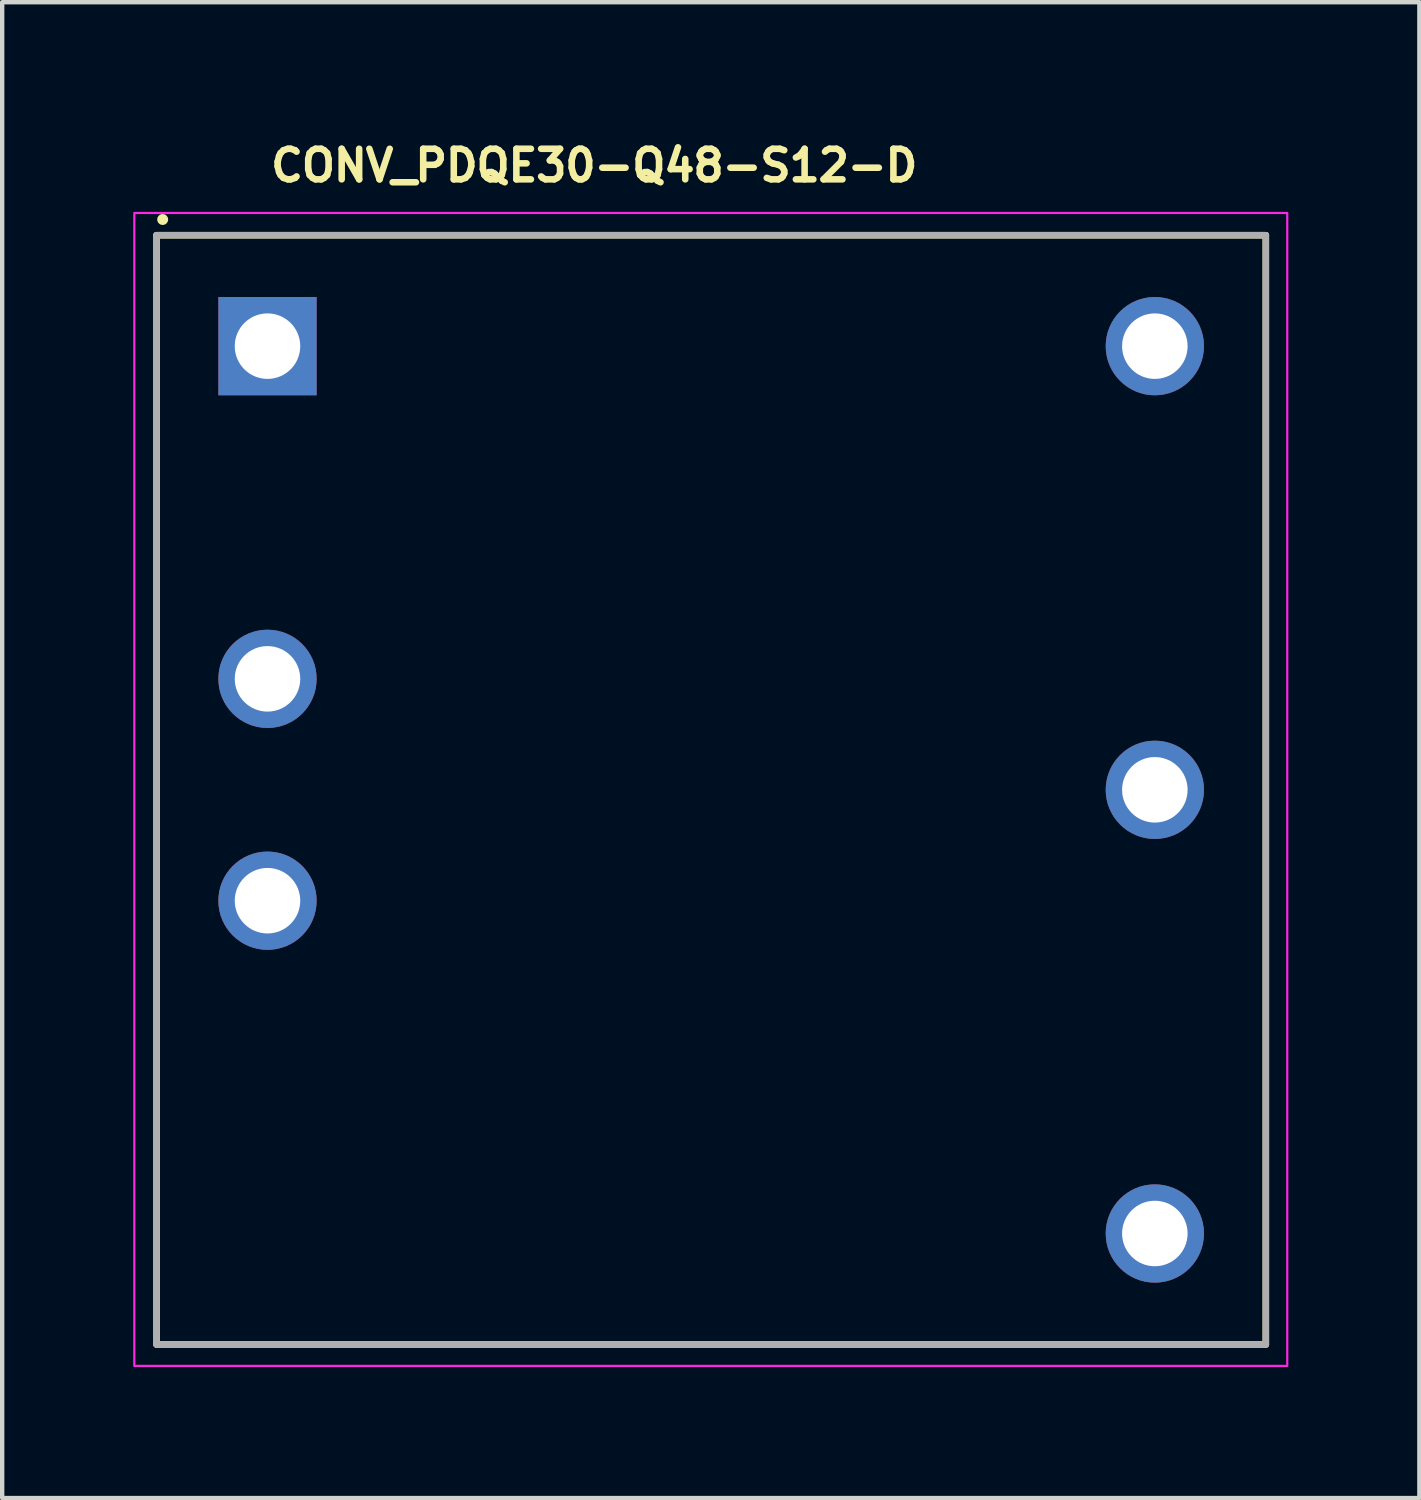
<source format=kicad_pcb>
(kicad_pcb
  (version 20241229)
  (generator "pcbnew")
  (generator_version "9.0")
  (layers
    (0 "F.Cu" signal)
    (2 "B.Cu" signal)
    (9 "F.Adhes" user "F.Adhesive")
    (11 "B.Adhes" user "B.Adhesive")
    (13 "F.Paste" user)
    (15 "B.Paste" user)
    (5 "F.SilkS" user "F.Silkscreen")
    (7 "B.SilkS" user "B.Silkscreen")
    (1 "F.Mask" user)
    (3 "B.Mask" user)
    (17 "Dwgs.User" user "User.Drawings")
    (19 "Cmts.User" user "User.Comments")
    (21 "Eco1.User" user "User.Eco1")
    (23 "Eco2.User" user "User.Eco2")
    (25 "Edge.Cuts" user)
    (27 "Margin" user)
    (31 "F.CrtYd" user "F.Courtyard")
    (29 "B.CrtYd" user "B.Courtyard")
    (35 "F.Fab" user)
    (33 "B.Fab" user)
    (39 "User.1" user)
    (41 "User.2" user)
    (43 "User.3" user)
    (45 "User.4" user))
  (footprint "CONV_PDQE30-Q48-S12-D"
    (layer "F.Cu")
    (at 3.075 4.876)
    (property "Reference" "CONV_PDQE30-Q48-S12-D" (at 0 -3.726 0) (layer "F.SilkS") (effects (font (size 0.7 0.7) (thickness 0.15)) (justify left bottom)))
    (attr through_hole)
    (fp_line (start -2.54 -2.54) (end 22.859 -2.54) (stroke (width 0.15) (type solid)) (layer "F.SilkS"))
    (fp_line (start -2.54 22.859) (end -2.54 -2.54) (stroke (width 0.15) (type solid)) (layer "F.SilkS"))
    (fp_line (start 22.859 -2.54) (end 22.859 22.859) (stroke (width 0.15) (type solid)) (layer "F.SilkS"))
    (fp_line (start 22.859 22.859) (end -2.54 22.859) (stroke (width 0.15) (type solid)) (layer "F.SilkS"))
    (fp_circle (center -2.4 -2.9) (end -2.35 -2.9) (stroke (width 0.15) (type solid)) (fill yes) (layer "F.SilkS"))
    (fp_rect (start -3.05 -3.05) (end 23.35 23.35) (stroke (width 0.05) (type solid)) (fill no) (layer "F.CrtYd"))
    (fp_line (start -2.54 -2.54) (end 22.859 -2.54) (stroke (width 0.15) (type solid)) (layer "F.Fab"))
    (fp_line (start -2.54 22.859) (end -2.54 -2.54) (stroke (width 0.15) (type solid)) (layer "F.Fab"))
    (fp_line (start 22.859 -2.54) (end 22.859 22.859) (stroke (width 0.15) (type solid)) (layer "F.Fab"))
    (fp_line (start 22.859 22.859) (end -2.54 22.859) (stroke (width 0.15) (type solid)) (layer "F.Fab"))
    (fp_rect (start -2.54 -2.54) (end 22.859 22.859) (stroke (width 0.1) (type solid)) (fill no) (layer "User.5"))
    (fp_rect (start -2.54 -2.54) (end 22.859 22.859) (stroke (width 0.1) (type solid)) (fill no) (layer "User.5"))
    (fp_rect (start -2.54 -2.54) (end 22.859 22.859) (stroke (width 0.1) (type solid)) (fill no) (layer "User.5"))
    (fp_line (start -2.54 -2.182) (end -2.54 -2.161) (stroke (width 0.02) (type solid)) (layer "User.9"))
    (fp_line (start -2.54 -2.161) (end -2.54 -2.141) (stroke (width 0.02) (type solid)) (layer "User.9"))
    (fp_line (start -2.54 22.46) (end -2.54 -2.141) (stroke (width 0.02) (type solid)) (layer "User.9"))
    (fp_line (start -2.54 22.46) (end -2.54 22.478) (stroke (width 0.02) (type solid)) (layer "User.9"))
    (fp_line (start -2.54 22.478) (end -2.54 22.498) (stroke (width 0.02) (type solid)) (layer "User.9"))
    (fp_line (start -2.54 22.498) (end -2.536 22.518) (stroke (width 0.02) (type solid)) (layer "User.9"))
    (fp_line (start -2.536 -2.202) (end -2.54 -2.182) (stroke (width 0.02) (type solid)) (layer "User.9"))
    (fp_line (start -2.536 22.518) (end -2.532 22.539) (stroke (width 0.02) (type solid)) (layer "User.9"))
    (fp_line (start -2.532 -2.222) (end -2.536 -2.202) (stroke (width 0.02) (type solid)) (layer "User.9"))
    (fp_line (start -2.532 22.539) (end -2.528 22.559) (stroke (width 0.02) (type solid)) (layer "User.9"))
    (fp_line (start -2.528 -2.242) (end -2.532 -2.222) (stroke (width 0.02) (type solid)) (layer "User.9"))
    (fp_line (start -2.528 22.559) (end -2.524 22.577) (stroke (width 0.02) (type solid)) (layer "User.9"))
    (fp_line (start -2.524 -2.259) (end -2.528 -2.242) (stroke (width 0.02) (type solid)) (layer "User.9"))
    (fp_line (start -2.524 22.577) (end -2.516 22.597) (stroke (width 0.02) (type solid)) (layer "User.9"))
    (fp_line (start -2.516 -2.278) (end -2.524 -2.259) (stroke (width 0.02) (type solid)) (layer "User.9"))
    (fp_line (start -2.516 22.597) (end -2.509 22.614) (stroke (width 0.02) (type solid)) (layer "User.9"))
    (fp_line (start -2.509 -2.298) (end -2.516 -2.278) (stroke (width 0.02) (type solid)) (layer "User.9"))
    (fp_line (start -2.509 22.614) (end -2.501 22.632) (stroke (width 0.02) (type solid)) (layer "User.9"))
    (fp_line (start -2.501 -2.315) (end -2.509 -2.298) (stroke (width 0.02) (type solid)) (layer "User.9"))
    (fp_line (start -2.501 22.632) (end -2.492 22.649) (stroke (width 0.02) (type solid)) (layer "User.9"))
    (fp_line (start -2.492 -2.331) (end -2.501 -2.315) (stroke (width 0.02) (type solid)) (layer "User.9"))
    (fp_line (start -2.492 22.649) (end -2.484 22.667) (stroke (width 0.02) (type solid)) (layer "User.9"))
    (fp_line (start -2.484 -2.348) (end -2.492 -2.331) (stroke (width 0.02) (type solid)) (layer "User.9"))
    (fp_line (start -2.484 22.667) (end -2.472 22.681) (stroke (width 0.02) (type solid)) (layer "User.9"))
    (fp_line (start -2.472 -2.364) (end -2.484 -2.348) (stroke (width 0.02) (type solid)) (layer "User.9"))
    (fp_line (start -2.472 22.681) (end -2.461 22.699) (stroke (width 0.02) (type solid)) (layer "User.9"))
    (fp_line (start -2.461 -2.38) (end -2.472 -2.364) (stroke (width 0.02) (type solid)) (layer "User.9"))
    (fp_line (start -2.461 22.699) (end -2.449 22.713) (stroke (width 0.02) (type solid)) (layer "User.9"))
    (fp_line (start -2.449 -2.395) (end -2.461 -2.38) (stroke (width 0.02) (type solid)) (layer "User.9"))
    (fp_line (start -2.449 22.713) (end -2.437 22.728) (stroke (width 0.02) (type solid)) (layer "User.9"))
    (fp_line (start -2.437 -2.411) (end -2.449 -2.395) (stroke (width 0.02) (type solid)) (layer "User.9"))
    (fp_line (start -2.437 22.728) (end -2.423 22.742) (stroke (width 0.02) (type solid)) (layer "User.9"))
    (fp_line (start -2.423 -2.423) (end -2.437 -2.411) (stroke (width 0.02) (type solid)) (layer "User.9"))
    (fp_line (start -2.423 22.742) (end -2.411 22.754) (stroke (width 0.02) (type solid)) (layer "User.9"))
    (fp_line (start -2.411 -2.437) (end -2.423 -2.423) (stroke (width 0.02) (type solid)) (layer "User.9"))
    (fp_line (start -2.411 22.754) (end -2.395 22.768) (stroke (width 0.02) (type solid)) (layer "User.9"))
    (fp_line (start -2.395 -2.449) (end -2.411 -2.437) (stroke (width 0.02) (type solid)) (layer "User.9"))
    (fp_line (start -2.395 22.768) (end -2.38 22.78) (stroke (width 0.02) (type solid)) (layer "User.9"))
    (fp_line (start -2.38 -2.461) (end -2.395 -2.449) (stroke (width 0.02) (type solid)) (layer "User.9"))
    (fp_line (start -2.38 22.78) (end -2.364 22.789) (stroke (width 0.02) (type solid)) (layer "User.9"))
    (fp_line (start -2.364 -2.472) (end -2.38 -2.461) (stroke (width 0.02) (type solid)) (layer "User.9"))
    (fp_line (start -2.364 22.789) (end -2.348 22.8) (stroke (width 0.02) (type solid)) (layer "User.9"))
    (fp_line (start -2.348 -2.484) (end -2.364 -2.472) (stroke (width 0.02) (type solid)) (layer "User.9"))
    (fp_line (start -2.348 22.8) (end -2.331 22.809) (stroke (width 0.02) (type solid)) (layer "User.9"))
    (fp_line (start -2.331 -2.492) (end -2.348 -2.484) (stroke (width 0.02) (type solid)) (layer "User.9"))
    (fp_line (start -2.331 22.809) (end -2.315 22.818) (stroke (width 0.02) (type solid)) (layer "User.9"))
    (fp_line (start -2.315 -2.501) (end -2.331 -2.492) (stroke (width 0.02) (type solid)) (layer "User.9"))
    (fp_line (start -2.315 22.818) (end -2.298 22.827) (stroke (width 0.02) (type solid)) (layer "User.9"))
    (fp_line (start -2.298 -2.509) (end -2.315 -2.501) (stroke (width 0.02) (type solid)) (layer "User.9"))
    (fp_line (start -2.298 22.827) (end -2.278 22.835) (stroke (width 0.02) (type solid)) (layer "User.9"))
    (fp_line (start -2.278 -2.516) (end -2.298 -2.509) (stroke (width 0.02) (type solid)) (layer "User.9"))
    (fp_line (start -2.278 22.835) (end -2.259 22.841) (stroke (width 0.02) (type solid)) (layer "User.9"))
    (fp_line (start -2.259 -2.524) (end -2.278 -2.516) (stroke (width 0.02) (type solid)) (layer "User.9"))
    (fp_line (start -2.259 22.841) (end -2.242 22.847) (stroke (width 0.02) (type solid)) (layer "User.9"))
    (fp_line (start -2.242 -2.528) (end -2.259 -2.524) (stroke (width 0.02) (type solid)) (layer "User.9"))
    (fp_line (start -2.242 22.847) (end -2.222 22.85) (stroke (width 0.02) (type solid)) (layer "User.9"))
    (fp_line (start -2.222 -2.532) (end -2.242 -2.528) (stroke (width 0.02) (type solid)) (layer "User.9"))
    (fp_line (start -2.222 22.85) (end -2.202 22.853) (stroke (width 0.02) (type solid)) (layer "User.9"))
    (fp_line (start -2.202 -2.536) (end -2.222 -2.532) (stroke (width 0.02) (type solid)) (layer "User.9"))
    (fp_line (start -2.202 22.853) (end -2.182 22.856) (stroke (width 0.02) (type solid)) (layer "User.9"))
    (fp_line (start -2.182 -2.54) (end -2.202 -2.536) (stroke (width 0.02) (type solid)) (layer "User.9"))
    (fp_line (start -2.182 22.856) (end -2.161 22.859) (stroke (width 0.02) (type solid)) (layer "User.9"))
    (fp_line (start -2.161 -2.54) (end -2.182 -2.54) (stroke (width 0.02) (type solid)) (layer "User.9"))
    (fp_line (start -2.161 22.859) (end -2.141 22.859) (stroke (width 0.02) (type solid)) (layer "User.9"))
    (fp_line (start -2.141 -2.54) (end -2.161 -2.54) (stroke (width 0.02) (type solid)) (layer "User.9"))
    (fp_line (start -2.141 -2.54) (end 22.46 -2.54) (stroke (width 0.02) (type solid)) (layer "User.9"))
    (fp_line (start 22.46 -2.54) (end 22.478 -2.54) (stroke (width 0.02) (type solid)) (layer "User.9"))
    (fp_line (start 22.46 22.859) (end -2.141 22.859) (stroke (width 0.02) (type solid)) (layer "User.9"))
    (fp_line (start 22.46 22.859) (end 22.478 22.859) (stroke (width 0.02) (type solid)) (layer "User.9"))
    (fp_line (start 22.478 -2.54) (end 22.498 -2.54) (stroke (width 0.02) (type solid)) (layer "User.9"))
    (fp_line (start 22.478 22.859) (end 22.498 22.856) (stroke (width 0.02) (type solid)) (layer "User.9"))
    (fp_line (start 22.498 -2.54) (end 22.518 -2.536) (stroke (width 0.02) (type solid)) (layer "User.9"))
    (fp_line (start 22.498 22.856) (end 22.518 22.853) (stroke (width 0.02) (type solid)) (layer "User.9"))
    (fp_line (start 22.518 -2.536) (end 22.539 -2.532) (stroke (width 0.02) (type solid)) (layer "User.9"))
    (fp_line (start 22.518 22.853) (end 22.539 22.85) (stroke (width 0.02) (type solid)) (layer "User.9"))
    (fp_line (start 22.539 -2.532) (end 22.559 -2.528) (stroke (width 0.02) (type solid)) (layer "User.9"))
    (fp_line (start 22.539 22.85) (end 22.559 22.847) (stroke (width 0.02) (type solid)) (layer "User.9"))
    (fp_line (start 22.559 -2.528) (end 22.577 -2.524) (stroke (width 0.02) (type solid)) (layer "User.9"))
    (fp_line (start 22.559 22.847) (end 22.577 22.841) (stroke (width 0.02) (type solid)) (layer "User.9"))
    (fp_line (start 22.577 -2.524) (end 22.597 -2.516) (stroke (width 0.02) (type solid)) (layer "User.9"))
    (fp_line (start 22.577 22.841) (end 22.597 22.835) (stroke (width 0.02) (type solid)) (layer "User.9"))
    (fp_line (start 22.597 -2.516) (end 22.614 -2.509) (stroke (width 0.02) (type solid)) (layer "User.9"))
    (fp_line (start 22.597 22.835) (end 22.614 22.827) (stroke (width 0.02) (type solid)) (layer "User.9"))
    (fp_line (start 22.614 -2.509) (end 22.632 -2.501) (stroke (width 0.02) (type solid)) (layer "User.9"))
    (fp_line (start 22.614 22.827) (end 22.632 22.818) (stroke (width 0.02) (type solid)) (layer "User.9"))
    (fp_line (start 22.632 -2.501) (end 22.649 -2.492) (stroke (width 0.02) (type solid)) (layer "User.9"))
    (fp_line (start 22.632 22.818) (end 22.649 22.809) (stroke (width 0.02) (type solid)) (layer "User.9"))
    (fp_line (start 22.649 -2.492) (end 22.667 -2.484) (stroke (width 0.02) (type solid)) (layer "User.9"))
    (fp_line (start 22.649 22.809) (end 22.667 22.8) (stroke (width 0.02) (type solid)) (layer "User.9"))
    (fp_line (start 22.667 -2.484) (end 22.681 -2.472) (stroke (width 0.02) (type solid)) (layer "User.9"))
    (fp_line (start 22.667 22.8) (end 22.681 22.789) (stroke (width 0.02) (type solid)) (layer "User.9"))
    (fp_line (start 22.681 -2.472) (end 22.699 -2.461) (stroke (width 0.02) (type solid)) (layer "User.9"))
    (fp_line (start 22.681 22.789) (end 22.699 22.78) (stroke (width 0.02) (type solid)) (layer "User.9"))
    (fp_line (start 22.699 -2.461) (end 22.713 -2.449) (stroke (width 0.02) (type solid)) (layer "User.9"))
    (fp_line (start 22.699 22.78) (end 22.713 22.768) (stroke (width 0.02) (type solid)) (layer "User.9"))
    (fp_line (start 22.713 -2.449) (end 22.728 -2.437) (stroke (width 0.02) (type solid)) (layer "User.9"))
    (fp_line (start 22.713 22.768) (end 22.728 22.754) (stroke (width 0.02) (type solid)) (layer "User.9"))
    (fp_line (start 22.728 -2.437) (end 22.742 -2.423) (stroke (width 0.02) (type solid)) (layer "User.9"))
    (fp_line (start 22.728 22.754) (end 22.742 22.742) (stroke (width 0.02) (type solid)) (layer "User.9"))
    (fp_line (start 22.742 -2.423) (end 22.754 -2.411) (stroke (width 0.02) (type solid)) (layer "User.9"))
    (fp_line (start 22.742 22.742) (end 22.754 22.728) (stroke (width 0.02) (type solid)) (layer "User.9"))
    (fp_line (start 22.754 -2.411) (end 22.768 -2.395) (stroke (width 0.02) (type solid)) (layer "User.9"))
    (fp_line (start 22.754 22.728) (end 22.768 22.713) (stroke (width 0.02) (type solid)) (layer "User.9"))
    (fp_line (start 22.768 -2.395) (end 22.78 -2.38) (stroke (width 0.02) (type solid)) (layer "User.9"))
    (fp_line (start 22.768 22.713) (end 22.78 22.699) (stroke (width 0.02) (type solid)) (layer "User.9"))
    (fp_line (start 22.78 -2.38) (end 22.789 -2.364) (stroke (width 0.02) (type solid)) (layer "User.9"))
    (fp_line (start 22.78 22.699) (end 22.789 22.681) (stroke (width 0.02) (type solid)) (layer "User.9"))
    (fp_line (start 22.789 -2.364) (end 22.8 -2.348) (stroke (width 0.02) (type solid)) (layer "User.9"))
    (fp_line (start 22.789 22.681) (end 22.8 22.667) (stroke (width 0.02) (type solid)) (layer "User.9"))
    (fp_line (start 22.8 -2.348) (end 22.809 -2.331) (stroke (width 0.02) (type solid)) (layer "User.9"))
    (fp_line (start 22.8 22.667) (end 22.809 22.649) (stroke (width 0.02) (type solid)) (layer "User.9"))
    (fp_line (start 22.809 -2.331) (end 22.818 -2.315) (stroke (width 0.02) (type solid)) (layer "User.9"))
    (fp_line (start 22.809 22.649) (end 22.818 22.632) (stroke (width 0.02) (type solid)) (layer "User.9"))
    (fp_line (start 22.818 -2.315) (end 22.827 -2.298) (stroke (width 0.02) (type solid)) (layer "User.9"))
    (fp_line (start 22.818 22.632) (end 22.827 22.614) (stroke (width 0.02) (type solid)) (layer "User.9"))
    (fp_line (start 22.827 -2.298) (end 22.835 -2.278) (stroke (width 0.02) (type solid)) (layer "User.9"))
    (fp_line (start 22.827 22.614) (end 22.835 22.597) (stroke (width 0.02) (type solid)) (layer "User.9"))
    (fp_line (start 22.835 -2.278) (end 22.841 -2.259) (stroke (width 0.02) (type solid)) (layer "User.9"))
    (fp_line (start 22.835 22.597) (end 22.841 22.577) (stroke (width 0.02) (type solid)) (layer "User.9"))
    (fp_line (start 22.841 -2.259) (end 22.847 -2.242) (stroke (width 0.02) (type solid)) (layer "User.9"))
    (fp_line (start 22.841 22.577) (end 22.847 22.559) (stroke (width 0.02) (type solid)) (layer "User.9"))
    (fp_line (start 22.847 -2.242) (end 22.85 -2.222) (stroke (width 0.02) (type solid)) (layer "User.9"))
    (fp_line (start 22.847 22.559) (end 22.85 22.539) (stroke (width 0.02) (type solid)) (layer "User.9"))
    (fp_line (start 22.85 -2.222) (end 22.853 -2.202) (stroke (width 0.02) (type solid)) (layer "User.9"))
    (fp_line (start 22.85 22.539) (end 22.853 22.518) (stroke (width 0.02) (type solid)) (layer "User.9"))
    (fp_line (start 22.853 -2.202) (end 22.856 -2.182) (stroke (width 0.02) (type solid)) (layer "User.9"))
    (fp_line (start 22.853 22.518) (end 22.856 22.498) (stroke (width 0.02) (type solid)) (layer "User.9"))
    (fp_line (start 22.856 -2.182) (end 22.859 -2.161) (stroke (width 0.02) (type solid)) (layer "User.9"))
    (fp_line (start 22.856 22.498) (end 22.859 22.478) (stroke (width 0.02) (type solid)) (layer "User.9"))
    (fp_line (start 22.859 -2.161) (end 22.859 -2.141) (stroke (width 0.02) (type solid)) (layer "User.9"))
    (fp_line (start 22.859 -2.141) (end 22.859 22.46) (stroke (width 0.02) (type solid)) (layer "User.9"))
    (fp_line (start 22.859 22.478) (end 22.859 22.46) (stroke (width 0.02) (type solid)) (layer "User.9"))
    (pad "1" thru_hole rect (at 0 0) (size 2.25 2.25) (drill 1.5) (layers "*.Cu" "*.Mask"))
    (pad "2" thru_hole circle (at 0 7.618) (size 2.25 2.25) (drill 1.5) (layers "*.Cu" "*.Mask"))
    (pad "3" thru_hole circle (at 0 12.698) (size 2.25 2.25) (drill 1.5) (layers "*.Cu" "*.Mask"))
    (pad "4" thru_hole circle (at 20.318 20.318) (size 2.25 2.25) (drill 1.5) (layers "*.Cu" "*.Mask"))
    (pad "5" thru_hole circle (at 20.318 10.159) (size 2.25 2.25) (drill 1.5) (layers "*.Cu" "*.Mask"))
    (pad "6" thru_hole circle (at 20.318 0) (size 2.25 2.25) (drill 1.5) (layers "*.Cu" "*.Mask")))
  (gr_rect
    (start -3 -3)
    (end 29.45 31.251)
    (stroke (width 0.1) (type default))
    (fill no)
    (layer "Edge.Cuts")))
</source>
